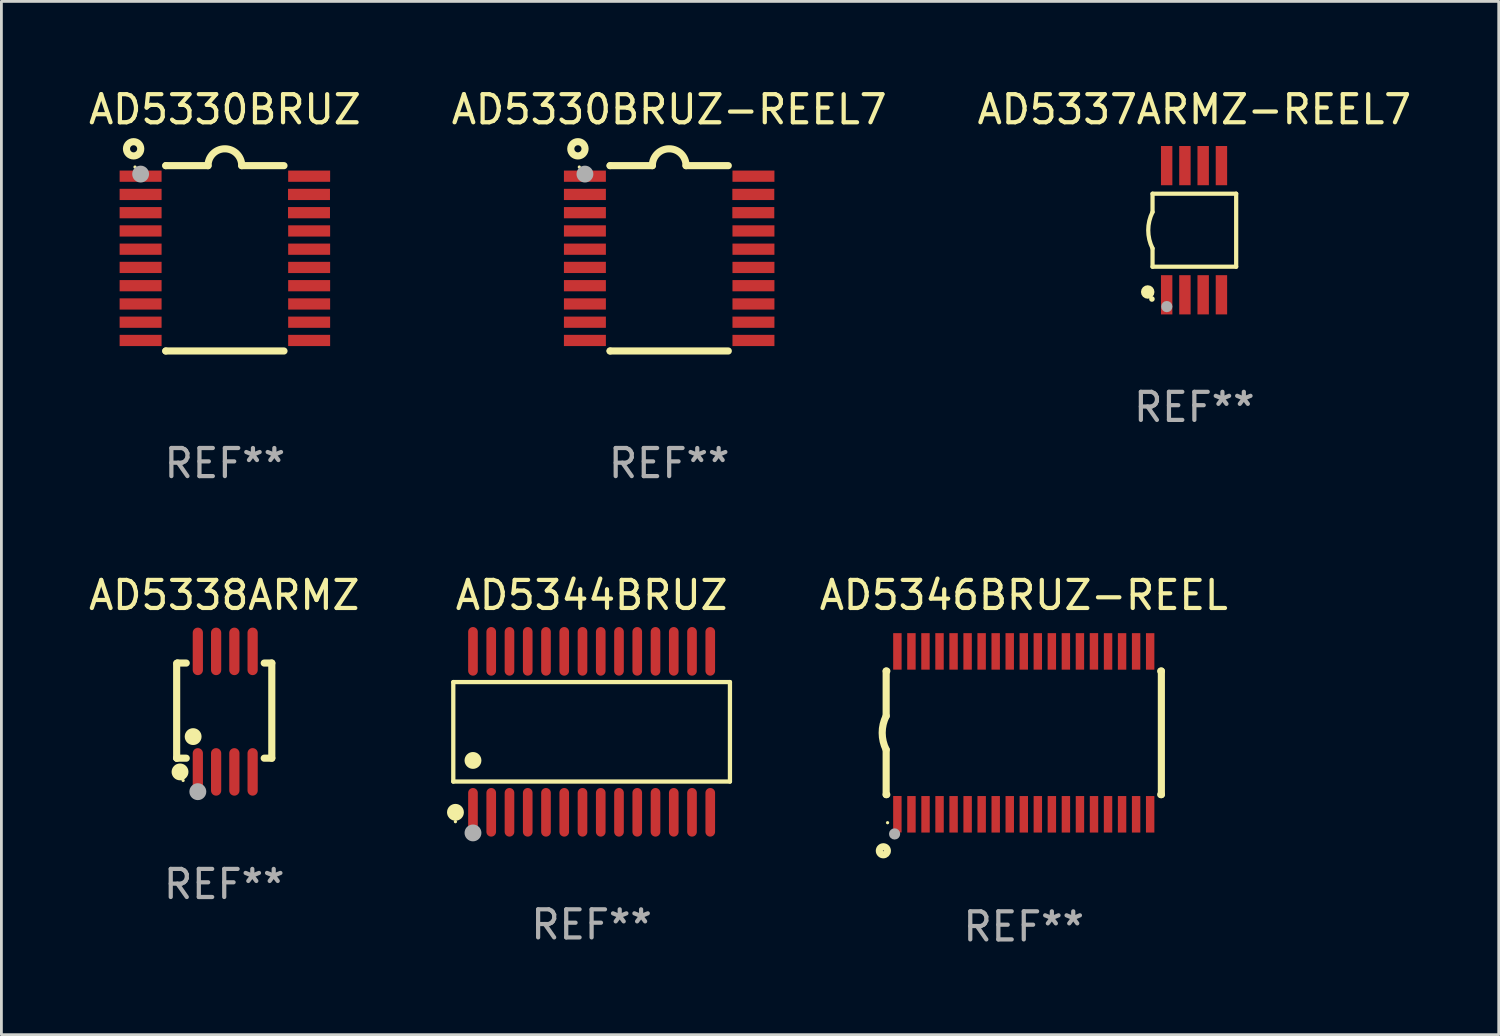
<source format=kicad_pcb>
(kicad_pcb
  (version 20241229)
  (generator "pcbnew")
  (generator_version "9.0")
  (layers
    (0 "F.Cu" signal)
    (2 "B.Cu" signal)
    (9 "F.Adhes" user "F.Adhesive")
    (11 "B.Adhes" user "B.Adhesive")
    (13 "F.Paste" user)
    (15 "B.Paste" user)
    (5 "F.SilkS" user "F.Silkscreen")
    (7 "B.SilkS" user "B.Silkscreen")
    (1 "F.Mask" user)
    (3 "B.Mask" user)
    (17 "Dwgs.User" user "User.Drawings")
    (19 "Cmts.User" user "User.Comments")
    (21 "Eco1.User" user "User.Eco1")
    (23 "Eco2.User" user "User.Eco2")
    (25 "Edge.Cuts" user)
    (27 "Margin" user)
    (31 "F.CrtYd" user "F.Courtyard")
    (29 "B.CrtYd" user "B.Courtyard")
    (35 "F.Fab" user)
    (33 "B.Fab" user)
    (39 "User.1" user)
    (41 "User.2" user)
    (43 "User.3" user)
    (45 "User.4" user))
  (footprint "AD5346BRUZ-REEL"
    (layer "F.Cu")
    (at 33.407 23.047)
    (property "Reference" "AD5346BRUZ-REEL" (at 0 -4.901 0) (layer "F.SilkS") (effects (font (size 1 1) (thickness 0.15))))
    (attr through_hole)
    (fp_line (start -4.9 -2.2) (end -4.9 -0.6) (stroke (width 0.254) (type solid)) (layer "F.SilkS"))
    (fp_line (start -4.9 -2.2) (end -4.876 -2.2) (stroke (width 0.254) (type solid)) (layer "F.SilkS"))
    (fp_line (start -4.9 2.2) (end -4.9 0.6) (stroke (width 0.254) (type solid)) (layer "F.SilkS"))
    (fp_line (start -4.9 2.2) (end -4.877 2.2) (stroke (width 0.254) (type solid)) (layer "F.SilkS"))
    (fp_line (start 4.876 -2.2) (end 4.9 -2.2) (stroke (width 0.254) (type solid)) (layer "F.SilkS"))
    (fp_line (start 4.877 2.2) (end 4.9 2.2) (stroke (width 0.254) (type solid)) (layer "F.SilkS"))
    (fp_line (start 4.9 -2.2) (end 4.9 2.2) (stroke (width 0.254) (type solid)) (layer "F.SilkS"))
    (fp_arc (start -4.900051 0.599822) (mid -5.041652 -0.000095) (end -4.9 -0.6) (stroke (width 0.254001) (type solid)) (layer "F.SilkS"))
    (fp_circle (center -5 4.2) (end -4.857 4.2) (stroke (width 0.254) (type solid)) (fill no) (layer "F.SilkS"))
    (fp_circle (center -4.85 3.2) (end -4.82 3.2) (stroke (width 0.06) (type solid)) (fill no) (layer "F.SilkS"))
    (fp_circle (center -4.6 3.6) (end -4.5 3.6) (stroke (width 0.2) (type solid)) (fill no) (layer "F.Fab"))
    (fp_text user "REF**" (at 0 6.901 0) (layer "F.Fab") (effects (font (size 1 1) (thickness 0.15))))
    (pad "1" smd rect (at -4.501 2.899 90) (size 1.3 0.3) (layers "F.Cu" "F.Mask" "F.Paste"))
    (pad "2" smd rect (at -3.999 2.901 90) (size 1.3 0.3) (layers "F.Cu" "F.Mask" "F.Paste"))
    (pad "3" smd rect (at -3.498 2.901 90) (size 1.3 0.3) (layers "F.Cu" "F.Mask" "F.Paste"))
    (pad "4" smd rect (at -2.999 2.901 90) (size 1.3 0.3) (layers "F.Cu" "F.Mask" "F.Paste"))
    (pad "5" smd rect (at -2.499 2.901 90) (size 1.3 0.3) (layers "F.Cu" "F.Mask" "F.Paste"))
    (pad "6" smd rect (at -1.999 2.901 90) (size 1.3 0.3) (layers "F.Cu" "F.Mask" "F.Paste"))
    (pad "7" smd rect (at -1.499 2.901 90) (size 1.3 0.3) (layers "F.Cu" "F.Mask" "F.Paste"))
    (pad "8" smd rect (at -0.999 2.901 90) (size 1.3 0.3) (layers "F.Cu" "F.Mask" "F.Paste"))
    (pad "9" smd rect (at -0.499 2.901 90) (size 1.3 0.3) (layers "F.Cu" "F.Mask" "F.Paste"))
    (pad "10" smd rect (at 0.001 2.901 90) (size 1.3 0.3) (layers "F.Cu" "F.Mask" "F.Paste"))
    (pad "11" smd rect (at 0.501 2.901 90) (size 1.3 0.3) (layers "F.Cu" "F.Mask" "F.Paste"))
    (pad "12" smd rect (at 1.001 2.901 90) (size 1.3 0.3) (layers "F.Cu" "F.Mask" "F.Paste"))
    (pad "13" smd rect (at 1.501 2.901 90) (size 1.3 0.3) (layers "F.Cu" "F.Mask" "F.Paste"))
    (pad "14" smd rect (at 2.001 2.901 90) (size 1.3 0.3) (layers "F.Cu" "F.Mask" "F.Paste"))
    (pad "15" smd rect (at 2.501 2.901 90) (size 1.3 0.3) (layers "F.Cu" "F.Mask" "F.Paste"))
    (pad "16" smd rect (at 3.001 2.901 90) (size 1.3 0.3) (layers "F.Cu" "F.Mask" "F.Paste"))
    (pad "17" smd rect (at 3.501 2.901 90) (size 1.3 0.3) (layers "F.Cu" "F.Mask" "F.Paste"))
    (pad "18" smd rect (at 4.001 2.901 90) (size 1.3 0.3) (layers "F.Cu" "F.Mask" "F.Paste"))
    (pad "19" smd rect (at 4.501 2.901 90) (size 1.3 0.3) (layers "F.Cu" "F.Mask" "F.Paste"))
    (pad "20" smd rect (at 4.501 -2.899 90) (size 1.3 0.3) (layers "F.Cu" "F.Mask" "F.Paste"))
    (pad "21" smd rect (at 4.001 -2.9 90) (size 1.3 0.3) (layers "F.Cu" "F.Mask" "F.Paste"))
    (pad "22" smd rect (at 3.501 -2.899 90) (size 1.3 0.3) (layers "F.Cu" "F.Mask" "F.Paste"))
    (pad "23" smd rect (at 3.002 -2.899 90) (size 1.3 0.3) (layers "F.Cu" "F.Mask" "F.Paste"))
    (pad "24" smd rect (at 2.499 -2.901 90) (size 1.3 0.3) (layers "F.Cu" "F.Mask" "F.Paste"))
    (pad "25" smd rect (at 2 -2.9 90) (size 1.3 0.3) (layers "F.Cu" "F.Mask" "F.Paste"))
    (pad "26" smd rect (at 1.5 -2.9 90) (size 1.3 0.3) (layers "F.Cu" "F.Mask" "F.Paste"))
    (pad "27" smd rect (at 1 -2.9 90) (size 1.3 0.3) (layers "F.Cu" "F.Mask" "F.Paste"))
    (pad "28" smd rect (at 0.5 -2.9 90) (size 1.3 0.3) (layers "F.Cu" "F.Mask" "F.Paste"))
    (pad "29" smd rect (at 0.000127 -2.9 90) (size 1.3 0.3) (layers "F.Cu" "F.Mask" "F.Paste"))
    (pad "30" smd rect (at -0.5 -2.9 90) (size 1.3 0.3) (layers "F.Cu" "F.Mask" "F.Paste"))
    (pad "31" smd rect (at -1 -2.9 90) (size 1.3 0.3) (layers "F.Cu" "F.Mask" "F.Paste"))
    (pad "32" smd rect (at -1.5 -2.9 90) (size 1.3 0.3) (layers "F.Cu" "F.Mask" "F.Paste"))
    (pad "33" smd rect (at -2 -2.9 90) (size 1.3 0.3) (layers "F.Cu" "F.Mask" "F.Paste"))
    (pad "34" smd rect (at -2.5 -2.9 90) (size 1.3 0.3) (layers "F.Cu" "F.Mask" "F.Paste"))
    (pad "35" smd rect (at -3 -2.9 90) (size 1.3 0.3) (layers "F.Cu" "F.Mask" "F.Paste"))
    (pad "36" smd rect (at -3.5 -2.9 90) (size 1.3 0.3) (layers "F.Cu" "F.Mask" "F.Paste"))
    (pad "37" smd rect (at -4 -2.9 90) (size 1.3 0.3) (layers "F.Cu" "F.Mask" "F.Paste"))
    (pad "38" smd rect (at -4.5 -2.9 90) (size 1.3 0.3) (layers "F.Cu" "F.Mask" "F.Paste")))
  (footprint "AD5338ARMZ"
    (layer "F.Cu")
    (at 4.935 22.292)
    (property "Reference" "AD5338ARMZ" (at 0 -4.146 0) (layer "F.SilkS") (effects (font (size 1 1) (thickness 0.15))))
    (attr through_hole)
    (fp_line (start -1.694 -1.724) (end -1.694 1.652) (stroke (width 0.254) (type solid)) (layer "F.SilkS"))
    (fp_line (start -1.694 1.652) (end -1.688 1.658) (stroke (width 0.254) (type solid)) (layer "F.SilkS"))
    (fp_line (start -1.688 1.658) (end -1.353 1.658) (stroke (width 0.254) (type solid)) (layer "F.SilkS"))
    (fp_line (start -1.661 -1.73) (end -1.681 -1.71) (stroke (width 0.254) (type solid)) (layer "F.SilkS"))
    (fp_line (start -1.353 -1.73) (end -1.661 -1.73) (stroke (width 0.254) (type solid)) (layer "F.SilkS"))
    (fp_line (start 1.424 1.658) (end 1.694 1.658) (stroke (width 0.254) (type solid)) (layer "F.SilkS"))
    (fp_line (start 1.694 -1.73) (end 1.424 -1.73) (stroke (width 0.254) (type solid)) (layer "F.SilkS"))
    (fp_line (start 1.694 1.658) (end 1.694 -1.73) (stroke (width 0.254) (type solid)) (layer "F.SilkS"))
    (fp_circle (center -1.574 2.146) (end -1.424 2.146) (stroke (width 0.3) (type solid)) (fill no) (layer "F.SilkS"))
    (fp_circle (center -1.464 2.45) (end -1.434 2.45) (stroke (width 0.06) (type solid)) (fill no) (layer "F.SilkS"))
    (fp_circle (center -1.107 0.889) (end -0.957 0.889) (stroke (width 0.3) (type solid)) (fill no) (layer "F.SilkS"))
    (fp_circle (center -0.94 2.85) (end -0.789 2.85) (stroke (width 0.3) (type solid)) (fill no) (layer "F.Fab"))
    (fp_text user "REF**" (at 0 6.146 0) (layer "F.Fab") (effects (font (size 1 1) (thickness 0.15))))
    (pad "1" smd oval (at -0.94 2.146) (size 0.364 1.692) (layers "F.Cu" "F.Mask" "F.Paste"))
    (pad "2" smd oval (at -0.289 2.146) (size 0.364 1.692) (layers "F.Cu" "F.Mask" "F.Paste"))
    (pad "3" smd oval (at 0.361 2.146) (size 0.364 1.692) (layers "F.Cu" "F.Mask" "F.Paste"))
    (pad "4" smd oval (at 1.011 2.146) (size 0.364 1.692) (layers "F.Cu" "F.Mask" "F.Paste"))
    (pad "5" smd oval (at 1.011 -2.146) (size 0.364 1.692) (layers "F.Cu" "F.Mask" "F.Paste"))
    (pad "6" smd oval (at 0.361 -2.146) (size 0.364 1.692) (layers "F.Cu" "F.Mask" "F.Paste"))
    (pad "7" smd oval (at -0.289 -2.146) (size 0.364 1.692) (layers "F.Cu" "F.Mask" "F.Paste"))
    (pad "8" smd oval (at -0.94 -2.146) (size 0.364 1.692) (layers "F.Cu" "F.Mask" "F.Paste")))
  (footprint "AD5337ARMZ-REEL7"
    (layer "F.Cu")
    (at 39.482 5.148)
    (property "Reference" "AD5337ARMZ-REEL7" (at 0 -4.3 0) (layer "F.SilkS") (effects (font (size 1 1) (thickness 0.15))))
    (attr through_hole)
    (fp_line (start -1.489 -1.3) (end -1.489 -0.648) (stroke (width 0.15) (type solid)) (layer "F.SilkS"))
    (fp_line (start -1.489 0.648) (end -1.489 1.3) (stroke (width 0.15) (type solid)) (layer "F.SilkS"))
    (fp_line (start -1.489 1.3) (end 1.489 1.3) (stroke (width 0.15) (type solid)) (layer "F.SilkS"))
    (fp_line (start 1.489 -1.3) (end -1.489 -1.3) (stroke (width 0.15) (type solid)) (layer "F.SilkS"))
    (fp_line (start 1.489 1.3) (end 1.489 -1.3) (stroke (width 0.15) (type solid)) (layer "F.SilkS"))
    (fp_arc (start -1.489205 0.647702) (mid -1.642107 0) (end -1.489205 -0.647701) (stroke (width 0.150013) (type solid)) (layer "F.SilkS"))
    (fp_circle (center -1.661 2.2) (end -1.541 2.2) (stroke (width 0.24) (type solid)) (fill no) (layer "F.SilkS"))
    (fp_circle (center -1.511 2.45) (end -1.461 2.45) (stroke (width 0.1) (type solid)) (fill no) (layer "F.SilkS"))
    (fp_circle (center -0.981 2.72) (end -0.881 2.72) (stroke (width 0.2) (type solid)) (fill no) (layer "F.Fab"))
    (fp_text user "REF**" (at 0 6.3 0) (layer "F.Fab") (effects (font (size 1 1) (thickness 0.15))))
    (pad "1" smd rect (at -0.986 2.3) (size 0.406 1.397) (layers "F.Cu" "F.Mask" "F.Paste"))
    (pad "2" smd rect (at -0.336 2.3) (size 0.406 1.397) (layers "F.Cu" "F.Mask" "F.Paste"))
    (pad "3" smd rect (at 0.314 2.3) (size 0.406 1.397) (layers "F.Cu" "F.Mask" "F.Paste"))
    (pad "4" smd rect (at 0.964 2.3) (size 0.406 1.397) (layers "F.Cu" "F.Mask" "F.Paste"))
    (pad "5" smd rect (at 0.964 -2.3) (size 0.406 1.397) (layers "F.Cu" "F.Mask" "F.Paste"))
    (pad "6" smd rect (at 0.314 -2.3) (size 0.406 1.397) (layers "F.Cu" "F.Mask" "F.Paste"))
    (pad "7" smd rect (at -0.336 -2.3) (size 0.406 1.397) (layers "F.Cu" "F.Mask" "F.Paste"))
    (pad "8" smd rect (at -0.986 -2.3) (size 0.406 1.397) (layers "F.Cu" "F.Mask" "F.Paste")))
  (footprint "AD5330BRUZ-REEL7"
    (layer "F.Cu")
    (at 20.78 6.149)
    (property "Reference" "AD5330BRUZ-REEL7" (at 0 -5.3 0) (layer "F.SilkS") (effects (font (size 1 1) (thickness 0.15))))
    (attr through_hole)
    (fp_line (start -2.105 -3.3) (end -2.105 -3.3) (stroke (width 0.254) (type solid)) (layer "F.SilkS"))
    (fp_line (start -2.105 -3.3) (end -0.6 -3.3) (stroke (width 0.254) (type solid)) (layer "F.SilkS"))
    (fp_line (start -2.105 3.3) (end -2.105 3.3) (stroke (width 0.254) (type solid)) (layer "F.SilkS"))
    (fp_line (start 0.6 -3.3) (end 2.105 -3.3) (stroke (width 0.254) (type solid)) (layer "F.SilkS"))
    (fp_line (start 2.105 3.3) (end -2.105 3.3) (stroke (width 0.254) (type solid)) (layer "F.SilkS"))
    (fp_arc (start -0.599924 -3.300026) (mid 0.000114 -3.897415) (end 0.600152 -3.300025) (stroke (width 0.254001) (type solid)) (layer "F.SilkS"))
    (fp_circle (center -3.25 -3.9) (end -2.996 -3.9) (stroke (width 0.254) (type solid)) (fill no) (layer "F.SilkS"))
    (fp_circle (center -3.2 -3.25) (end -3.17 -3.25) (stroke (width 0.06) (type solid)) (fill no) (layer "F.SilkS"))
    (fp_circle (center -3 -3) (end -2.85 -3) (stroke (width 0.3) (type solid)) (fill no) (layer "F.Fab"))
    (fp_text user "REF**" (at 0 7.3 0) (layer "F.Fab") (effects (font (size 1 1) (thickness 0.15))))
    (pad "1" smd rect (at -3.001 -2.925 270) (size 0.4 1.494) (layers "F.Cu" "F.Mask" "F.Paste"))
    (pad "2" smd rect (at -3.001 -2.275 270) (size 0.4 1.494) (layers "F.Cu" "F.Mask" "F.Paste"))
    (pad "3" smd rect (at -3.001 -1.625 270) (size 0.4 1.494) (layers "F.Cu" "F.Mask" "F.Paste"))
    (pad "4" smd rect (at -3.001 -0.975 270) (size 0.4 1.494) (layers "F.Cu" "F.Mask" "F.Paste"))
    (pad "5" smd rect (at -3.001 -0.325 270) (size 0.4 1.494) (layers "F.Cu" "F.Mask" "F.Paste"))
    (pad "6" smd rect (at -3.001 0.324 270) (size 0.4 1.494) (layers "F.Cu" "F.Mask" "F.Paste"))
    (pad "7" smd rect (at -3.001 0.975 270) (size 0.4 1.494) (layers "F.Cu" "F.Mask" "F.Paste"))
    (pad "8" smd rect (at -3.001 1.625 270) (size 0.4 1.494) (layers "F.Cu" "F.Mask" "F.Paste"))
    (pad "9" smd rect (at -3.001 2.275 270) (size 0.4 1.494) (layers "F.Cu" "F.Mask" "F.Paste"))
    (pad "10" smd rect (at -3.001 2.925 270) (size 0.4 1.494) (layers "F.Cu" "F.Mask" "F.Paste"))
    (pad "11" smd rect (at 3.001 2.925 270) (size 0.4 1.494) (layers "F.Cu" "F.Mask" "F.Paste"))
    (pad "12" smd rect (at 3.001 2.275 270) (size 0.4 1.494) (layers "F.Cu" "F.Mask" "F.Paste"))
    (pad "13" smd rect (at 3.001 1.625 270) (size 0.4 1.494) (layers "F.Cu" "F.Mask" "F.Paste"))
    (pad "14" smd rect (at 3.001 0.975 270) (size 0.4 1.494) (layers "F.Cu" "F.Mask" "F.Paste"))
    (pad "15" smd rect (at 3.001 0.325 270) (size 0.4 1.494) (layers "F.Cu" "F.Mask" "F.Paste"))
    (pad "16" smd rect (at 3.001 -0.325 270) (size 0.4 1.494) (layers "F.Cu" "F.Mask" "F.Paste"))
    (pad "17" smd rect (at 3.001 -0.975 270) (size 0.4 1.494) (layers "F.Cu" "F.Mask" "F.Paste"))
    (pad "18" smd rect (at 2.996 -1.625 270) (size 0.4 1.494) (layers "F.Cu" "F.Mask" "F.Paste"))
    (pad "19" smd rect (at 2.996 -2.275 270) (size 0.4 1.494) (layers "F.Cu" "F.Mask" "F.Paste"))
    (pad "20" smd rect (at 3.001 -2.925 270) (size 0.4 1.494) (layers "F.Cu" "F.Mask" "F.Paste")))
  (footprint "AD5330BRUZ"
    (layer "F.Cu")
    (at 4.958 6.149)
    (property "Reference" "AD5330BRUZ" (at 0 -5.3 0) (layer "F.SilkS") (effects (font (size 1 1) (thickness 0.15))))
    (attr through_hole)
    (fp_line (start -2.105 -3.3) (end -2.105 -3.3) (stroke (width 0.254) (type solid)) (layer "F.SilkS"))
    (fp_line (start -2.105 -3.3) (end -0.6 -3.3) (stroke (width 0.254) (type solid)) (layer "F.SilkS"))
    (fp_line (start -2.105 3.3) (end -2.105 3.3) (stroke (width 0.254) (type solid)) (layer "F.SilkS"))
    (fp_line (start 0.6 -3.3) (end 2.105 -3.3) (stroke (width 0.254) (type solid)) (layer "F.SilkS"))
    (fp_line (start 2.105 3.3) (end -2.105 3.3) (stroke (width 0.254) (type solid)) (layer "F.SilkS"))
    (fp_arc (start -0.599924 -3.300026) (mid 0.000114 -3.897415) (end 0.600152 -3.300025) (stroke (width 0.254001) (type solid)) (layer "F.SilkS"))
    (fp_circle (center -3.25 -3.9) (end -2.996 -3.9) (stroke (width 0.254) (type solid)) (fill no) (layer "F.SilkS"))
    (fp_circle (center -3.2 -3.25) (end -3.17 -3.25) (stroke (width 0.06) (type solid)) (fill no) (layer "F.SilkS"))
    (fp_circle (center -3 -3) (end -2.85 -3) (stroke (width 0.3) (type solid)) (fill no) (layer "F.Fab"))
    (fp_text user "REF**" (at 0 7.3 0) (layer "F.Fab") (effects (font (size 1 1) (thickness 0.15))))
    (pad "1" smd rect (at -3.001 -2.925 270) (size 0.4 1.494) (layers "F.Cu" "F.Mask" "F.Paste"))
    (pad "2" smd rect (at -3.001 -2.275 270) (size 0.4 1.494) (layers "F.Cu" "F.Mask" "F.Paste"))
    (pad "3" smd rect (at -3.001 -1.625 270) (size 0.4 1.494) (layers "F.Cu" "F.Mask" "F.Paste"))
    (pad "4" smd rect (at -3.001 -0.975 270) (size 0.4 1.494) (layers "F.Cu" "F.Mask" "F.Paste"))
    (pad "5" smd rect (at -3.001 -0.325 270) (size 0.4 1.494) (layers "F.Cu" "F.Mask" "F.Paste"))
    (pad "6" smd rect (at -3.001 0.324 270) (size 0.4 1.494) (layers "F.Cu" "F.Mask" "F.Paste"))
    (pad "7" smd rect (at -3.001 0.975 270) (size 0.4 1.494) (layers "F.Cu" "F.Mask" "F.Paste"))
    (pad "8" smd rect (at -3.001 1.625 270) (size 0.4 1.494) (layers "F.Cu" "F.Mask" "F.Paste"))
    (pad "9" smd rect (at -3.001 2.275 270) (size 0.4 1.494) (layers "F.Cu" "F.Mask" "F.Paste"))
    (pad "10" smd rect (at -3.001 2.925 270) (size 0.4 1.494) (layers "F.Cu" "F.Mask" "F.Paste"))
    (pad "11" smd rect (at 3.001 2.925 270) (size 0.4 1.494) (layers "F.Cu" "F.Mask" "F.Paste"))
    (pad "12" smd rect (at 3.001 2.275 270) (size 0.4 1.494) (layers "F.Cu" "F.Mask" "F.Paste"))
    (pad "13" smd rect (at 3.001 1.625 270) (size 0.4 1.494) (layers "F.Cu" "F.Mask" "F.Paste"))
    (pad "14" smd rect (at 3.001 0.975 270) (size 0.4 1.494) (layers "F.Cu" "F.Mask" "F.Paste"))
    (pad "15" smd rect (at 3.001 0.325 270) (size 0.4 1.494) (layers "F.Cu" "F.Mask" "F.Paste"))
    (pad "16" smd rect (at 3.001 -0.325 270) (size 0.4 1.494) (layers "F.Cu" "F.Mask" "F.Paste"))
    (pad "17" smd rect (at 3.001 -0.975 270) (size 0.4 1.494) (layers "F.Cu" "F.Mask" "F.Paste"))
    (pad "18" smd rect (at 2.996 -1.625 270) (size 0.4 1.494) (layers "F.Cu" "F.Mask" "F.Paste"))
    (pad "19" smd rect (at 2.996 -2.275 270) (size 0.4 1.494) (layers "F.Cu" "F.Mask" "F.Paste"))
    (pad "20" smd rect (at 3.001 -2.925 270) (size 0.4 1.494) (layers "F.Cu" "F.Mask" "F.Paste")))
  (footprint "AD5344BRUZ"
    (layer "F.Cu")
    (at 18.018 23.011)
    (property "Reference" "AD5344BRUZ" (at 0 -4.866 0) (layer "F.SilkS") (effects (font (size 1 1) (thickness 0.15))))
    (attr through_hole)
    (fp_line (start -4.926 -1.772) (end 4.926 -1.772) (stroke (width 0.152) (type solid)) (layer "F.SilkS"))
    (fp_line (start -4.926 1.771) (end -4.926 -1.772) (stroke (width 0.152) (type solid)) (layer "F.SilkS"))
    (fp_line (start 4.926 -1.772) (end 4.926 1.771) (stroke (width 0.152) (type solid)) (layer "F.SilkS"))
    (fp_line (start 4.926 1.771) (end -4.926 1.771) (stroke (width 0.152) (type solid)) (layer "F.SilkS"))
    (fp_circle (center -4.85 3.2) (end -4.82 3.2) (stroke (width 0.06) (type solid)) (fill no) (layer "F.SilkS"))
    (fp_circle (center -4.849 2.866) (end -4.699 2.866) (stroke (width 0.3) (type solid)) (fill no) (layer "F.SilkS"))
    (fp_circle (center -4.225 1.019) (end -4.075 1.019) (stroke (width 0.3) (type solid)) (fill no) (layer "F.SilkS"))
    (fp_circle (center -4.225 3.6) (end -4.075 3.6) (stroke (width 0.3) (type solid)) (fill no) (layer "F.Fab"))
    (fp_text user "REF**" (at 0 6.866 0) (layer "F.Fab") (effects (font (size 1 1) (thickness 0.15))))
    (pad "1" smd oval (at -4.225 2.866) (size 0.343 1.731) (layers "F.Cu" "F.Mask" "F.Paste"))
    (pad "2" smd oval (at -3.575 2.866) (size 0.343 1.731) (layers "F.Cu" "F.Mask" "F.Paste"))
    (pad "3" smd oval (at -2.925 2.866) (size 0.343 1.731) (layers "F.Cu" "F.Mask" "F.Paste"))
    (pad "4" smd oval (at -2.275 2.866) (size 0.343 1.731) (layers "F.Cu" "F.Mask" "F.Paste"))
    (pad "5" smd oval (at -1.625 2.866) (size 0.343 1.731) (layers "F.Cu" "F.Mask" "F.Paste"))
    (pad "6" smd oval (at -0.975 2.866) (size 0.343 1.731) (layers "F.Cu" "F.Mask" "F.Paste"))
    (pad "7" smd oval (at -0.325 2.866) (size 0.343 1.731) (layers "F.Cu" "F.Mask" "F.Paste"))
    (pad "8" smd oval (at 0.325 2.866) (size 0.343 1.731) (layers "F.Cu" "F.Mask" "F.Paste"))
    (pad "9" smd oval (at 0.975 2.866) (size 0.343 1.731) (layers "F.Cu" "F.Mask" "F.Paste"))
    (pad "10" smd oval (at 1.625 2.866) (size 0.343 1.731) (layers "F.Cu" "F.Mask" "F.Paste"))
    (pad "11" smd oval (at 2.275 2.866) (size 0.343 1.731) (layers "F.Cu" "F.Mask" "F.Paste"))
    (pad "12" smd oval (at 2.925 2.866) (size 0.343 1.731) (layers "F.Cu" "F.Mask" "F.Paste"))
    (pad "13" smd oval (at 3.575 2.866) (size 0.343 1.731) (layers "F.Cu" "F.Mask" "F.Paste"))
    (pad "14" smd oval (at 4.225 2.866) (size 0.343 1.731) (layers "F.Cu" "F.Mask" "F.Paste"))
    (pad "15" smd oval (at 4.225 -2.866) (size 0.343 1.731) (layers "F.Cu" "F.Mask" "F.Paste"))
    (pad "16" smd oval (at 3.575 -2.866) (size 0.343 1.731) (layers "F.Cu" "F.Mask" "F.Paste"))
    (pad "17" smd oval (at 2.925 -2.866) (size 0.343 1.731) (layers "F.Cu" "F.Mask" "F.Paste"))
    (pad "18" smd oval (at 2.275 -2.866) (size 0.343 1.731) (layers "F.Cu" "F.Mask" "F.Paste"))
    (pad "19" smd oval (at 1.625 -2.866) (size 0.343 1.731) (layers "F.Cu" "F.Mask" "F.Paste"))
    (pad "20" smd oval (at 0.975 -2.866) (size 0.343 1.731) (layers "F.Cu" "F.Mask" "F.Paste"))
    (pad "21" smd oval (at 0.325 -2.866) (size 0.343 1.731) (layers "F.Cu" "F.Mask" "F.Paste"))
    (pad "22" smd oval (at -0.325 -2.866) (size 0.343 1.731) (layers "F.Cu" "F.Mask" "F.Paste"))
    (pad "23" smd oval (at -0.975 -2.866) (size 0.343 1.731) (layers "F.Cu" "F.Mask" "F.Paste"))
    (pad "24" smd oval (at -1.625 -2.866) (size 0.343 1.731) (layers "F.Cu" "F.Mask" "F.Paste"))
    (pad "25" smd oval (at -2.275 -2.866) (size 0.343 1.731) (layers "F.Cu" "F.Mask" "F.Paste"))
    (pad "26" smd oval (at -2.925 -2.866) (size 0.343 1.731) (layers "F.Cu" "F.Mask" "F.Paste"))
    (pad "27" smd oval (at -3.575 -2.866) (size 0.343 1.731) (layers "F.Cu" "F.Mask" "F.Paste"))
    (pad "28" smd oval (at -4.225 -2.866) (size 0.343 1.731) (layers "F.Cu" "F.Mask" "F.Paste")))
  (gr_rect
    (start -3 -3)
    (end 50.321 33.796)
    (stroke (width 0.1) (type default))
    (fill no)
    (layer "Edge.Cuts")))
</source>
